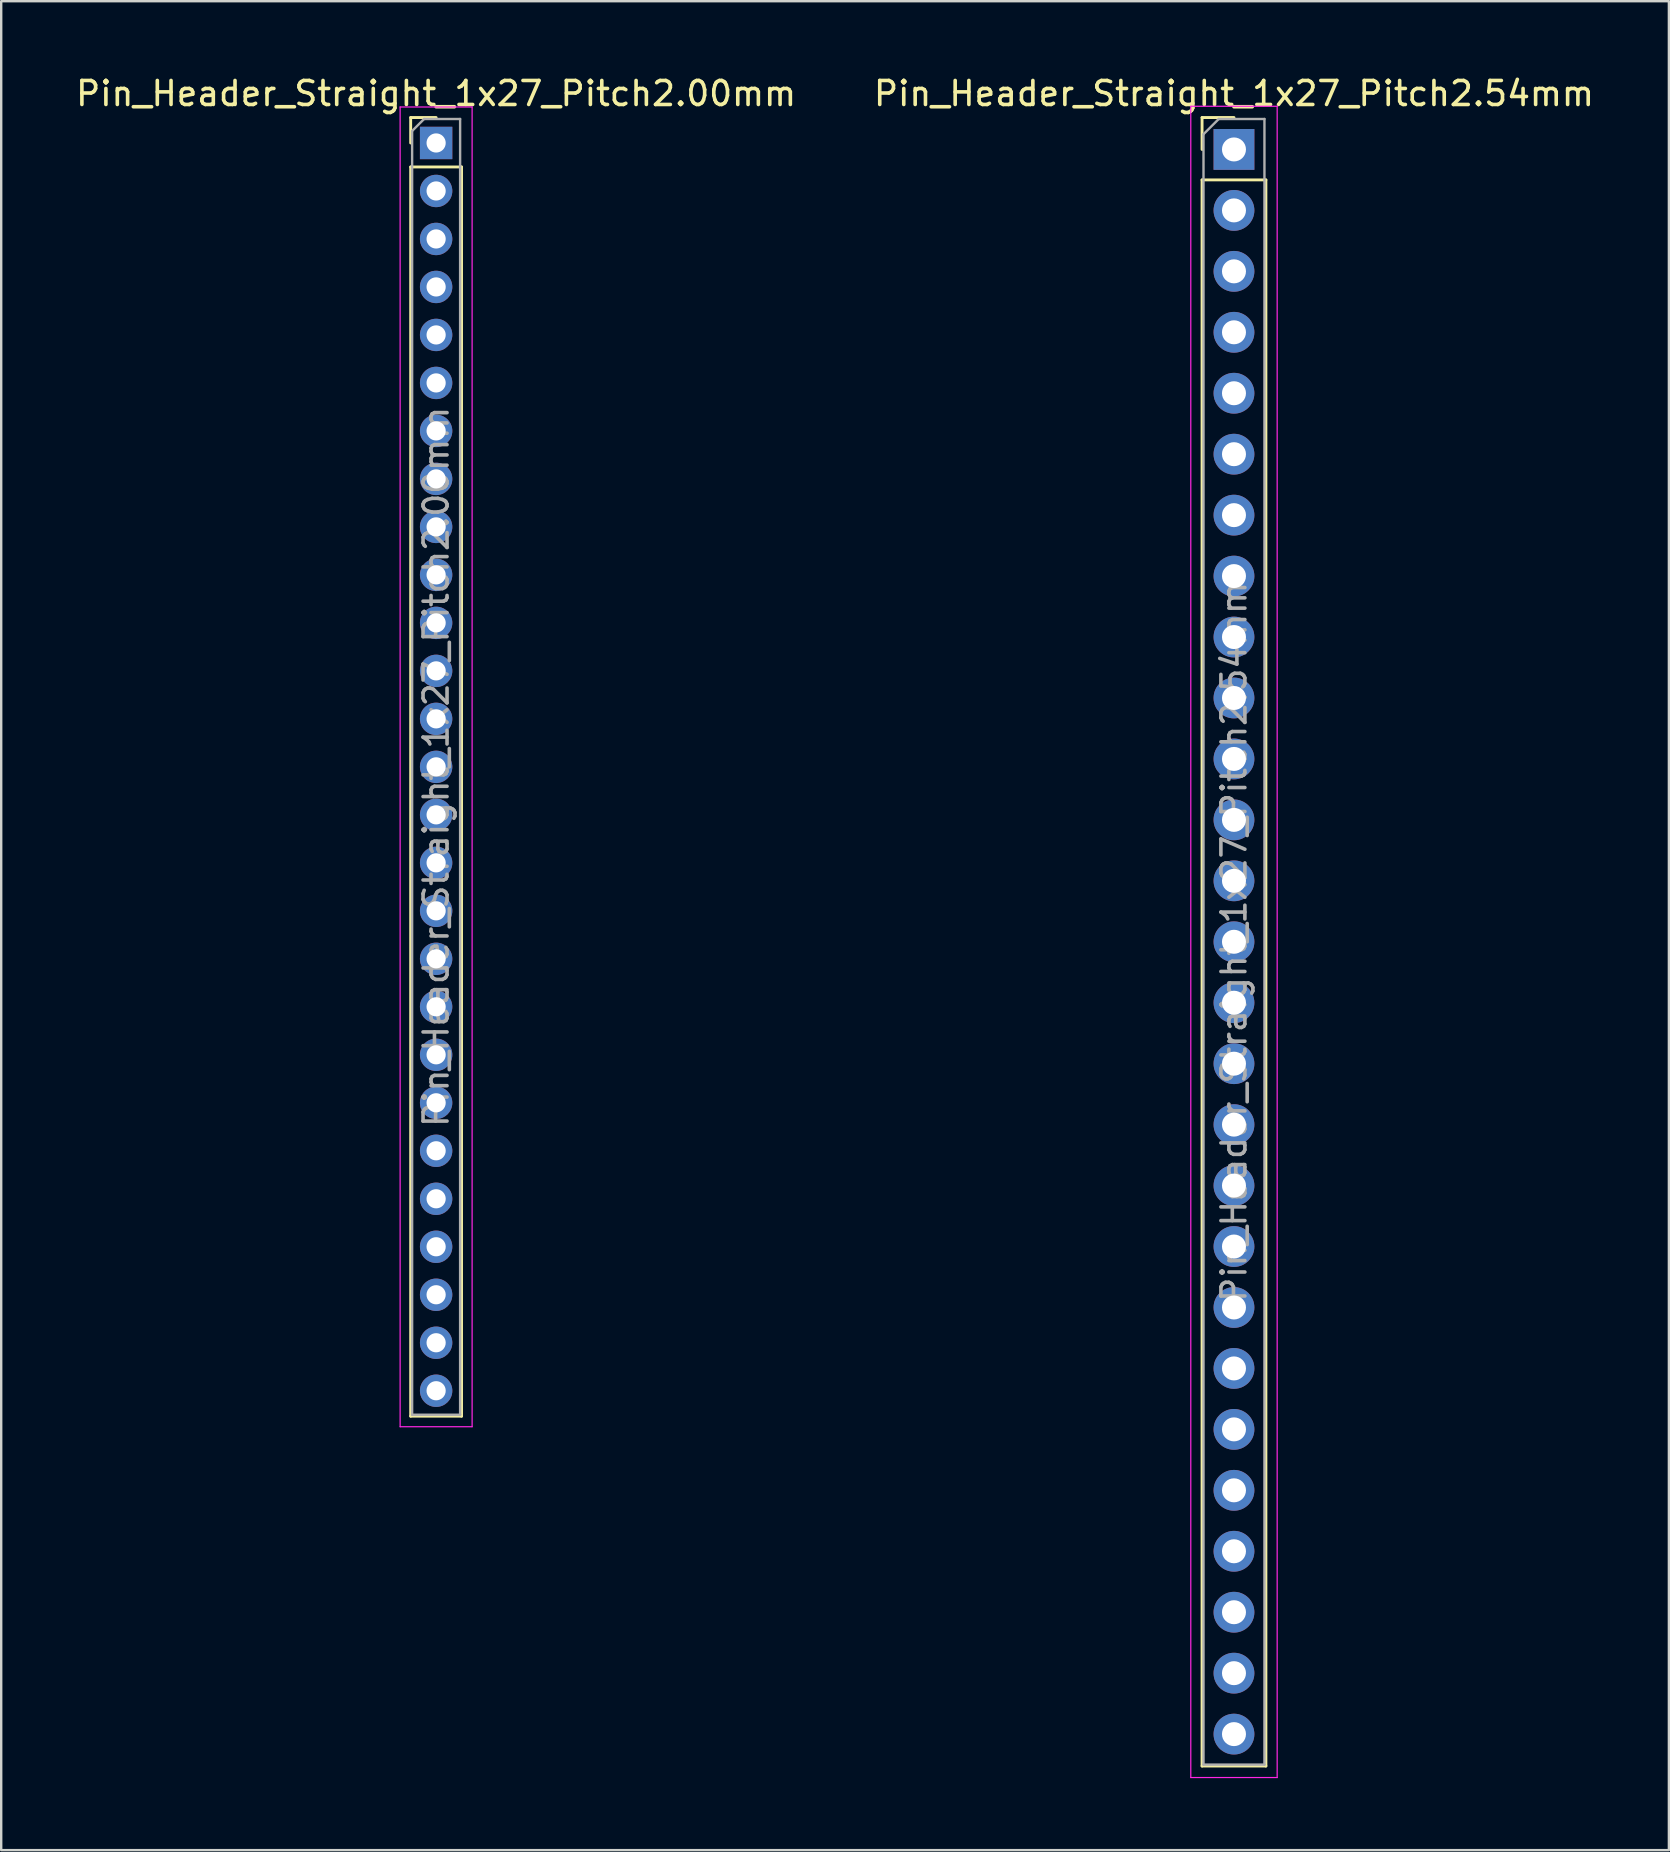
<source format=kicad_pcb>
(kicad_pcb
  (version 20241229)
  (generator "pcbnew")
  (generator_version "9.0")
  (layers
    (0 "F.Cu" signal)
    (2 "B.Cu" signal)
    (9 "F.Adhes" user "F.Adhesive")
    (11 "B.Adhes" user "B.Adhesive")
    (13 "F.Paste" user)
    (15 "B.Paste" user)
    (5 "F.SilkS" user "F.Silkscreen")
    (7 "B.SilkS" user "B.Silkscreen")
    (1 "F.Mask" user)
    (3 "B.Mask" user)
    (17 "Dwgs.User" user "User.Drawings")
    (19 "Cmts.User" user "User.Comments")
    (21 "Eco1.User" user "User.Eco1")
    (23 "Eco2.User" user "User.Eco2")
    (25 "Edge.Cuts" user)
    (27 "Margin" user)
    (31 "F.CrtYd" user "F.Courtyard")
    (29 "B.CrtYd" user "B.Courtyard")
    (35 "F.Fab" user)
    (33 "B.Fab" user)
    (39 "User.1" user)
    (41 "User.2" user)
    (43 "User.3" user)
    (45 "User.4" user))
  (footprint "Pin_Header_Straight_1x27_Pitch2.54mm"
    (layer "F.Cu")
    (at 48.375 3.178)
    (property "Reference" "Pin_Header_Straight_1x27_Pitch2.54mm" (at 0 -2.33 0) (layer "F.SilkS") (effects (font (size 1 1) (thickness 0.15))))
    (attr through_hole)
    (fp_line (start -1.33 -1.33) (end 0 -1.33) (stroke (width 0.12) (type solid)) (layer "F.SilkS"))
    (fp_line (start -1.33 0) (end -1.33 -1.33) (stroke (width 0.12) (type solid)) (layer "F.SilkS"))
    (fp_line (start -1.33 1.27) (end -1.33 67.37) (stroke (width 0.12) (type solid)) (layer "F.SilkS"))
    (fp_line (start -1.33 1.27) (end 1.33 1.27) (stroke (width 0.12) (type solid)) (layer "F.SilkS"))
    (fp_line (start -1.33 67.37) (end 1.33 67.37) (stroke (width 0.12) (type solid)) (layer "F.SilkS"))
    (fp_line (start 1.33 1.27) (end 1.33 67.37) (stroke (width 0.12) (type solid)) (layer "F.SilkS"))
    (fp_line (start -1.8 -1.8) (end -1.8 67.85) (stroke (width 0.05) (type solid)) (layer "F.CrtYd"))
    (fp_line (start -1.8 67.85) (end 1.8 67.85) (stroke (width 0.05) (type solid)) (layer "F.CrtYd"))
    (fp_line (start 1.8 -1.8) (end -1.8 -1.8) (stroke (width 0.05) (type solid)) (layer "F.CrtYd"))
    (fp_line (start 1.8 67.85) (end 1.8 -1.8) (stroke (width 0.05) (type solid)) (layer "F.CrtYd"))
    (fp_line (start -1.27 -0.635) (end -0.635 -1.27) (stroke (width 0.1) (type solid)) (layer "F.Fab"))
    (fp_line (start -1.27 67.31) (end -1.27 -0.635) (stroke (width 0.1) (type solid)) (layer "F.Fab"))
    (fp_line (start -0.635 -1.27) (end 1.27 -1.27) (stroke (width 0.1) (type solid)) (layer "F.Fab"))
    (fp_line (start 1.27 -1.27) (end 1.27 67.31) (stroke (width 0.1) (type solid)) (layer "F.Fab"))
    (fp_line (start 1.27 67.31) (end -1.27 67.31) (stroke (width 0.1) (type solid)) (layer "F.Fab"))
    (fp_text user "${REFERENCE}" (at 0 33.02 90) (layer "F.Fab") (effects (font (size 1 1) (thickness 0.15))))
    (pad "1" thru_hole rect (at 0 0) (size 1.7 1.7) (drill 1) (layers "*.Cu" "*.Mask"))
    (pad "2" thru_hole oval (at 0 2.54) (size 1.7 1.7) (drill 1) (layers "*.Cu" "*.Mask"))
    (pad "3" thru_hole oval (at 0 5.08) (size 1.7 1.7) (drill 1) (layers "*.Cu" "*.Mask"))
    (pad "4" thru_hole oval (at 0 7.62) (size 1.7 1.7) (drill 1) (layers "*.Cu" "*.Mask"))
    (pad "5" thru_hole oval (at 0 10.16) (size 1.7 1.7) (drill 1) (layers "*.Cu" "*.Mask"))
    (pad "6" thru_hole oval (at 0 12.7) (size 1.7 1.7) (drill 1) (layers "*.Cu" "*.Mask"))
    (pad "7" thru_hole oval (at 0 15.24) (size 1.7 1.7) (drill 1) (layers "*.Cu" "*.Mask"))
    (pad "8" thru_hole oval (at 0 17.78) (size 1.7 1.7) (drill 1) (layers "*.Cu" "*.Mask"))
    (pad "9" thru_hole oval (at 0 20.32) (size 1.7 1.7) (drill 1) (layers "*.Cu" "*.Mask"))
    (pad "10" thru_hole oval (at 0 22.86) (size 1.7 1.7) (drill 1) (layers "*.Cu" "*.Mask"))
    (pad "11" thru_hole oval (at 0 25.4) (size 1.7 1.7) (drill 1) (layers "*.Cu" "*.Mask"))
    (pad "12" thru_hole oval (at 0 27.94) (size 1.7 1.7) (drill 1) (layers "*.Cu" "*.Mask"))
    (pad "13" thru_hole oval (at 0 30.48) (size 1.7 1.7) (drill 1) (layers "*.Cu" "*.Mask"))
    (pad "14" thru_hole oval (at 0 33.02) (size 1.7 1.7) (drill 1) (layers "*.Cu" "*.Mask"))
    (pad "15" thru_hole oval (at 0 35.56) (size 1.7 1.7) (drill 1) (layers "*.Cu" "*.Mask"))
    (pad "16" thru_hole oval (at 0 38.1) (size 1.7 1.7) (drill 1) (layers "*.Cu" "*.Mask"))
    (pad "17" thru_hole oval (at 0 40.64) (size 1.7 1.7) (drill 1) (layers "*.Cu" "*.Mask"))
    (pad "18" thru_hole oval (at 0 43.18) (size 1.7 1.7) (drill 1) (layers "*.Cu" "*.Mask"))
    (pad "19" thru_hole oval (at 0 45.72) (size 1.7 1.7) (drill 1) (layers "*.Cu" "*.Mask"))
    (pad "20" thru_hole oval (at 0 48.26) (size 1.7 1.7) (drill 1) (layers "*.Cu" "*.Mask"))
    (pad "21" thru_hole oval (at 0 50.8) (size 1.7 1.7) (drill 1) (layers "*.Cu" "*.Mask"))
    (pad "22" thru_hole oval (at 0 53.34) (size 1.7 1.7) (drill 1) (layers "*.Cu" "*.Mask"))
    (pad "23" thru_hole oval (at 0 55.88) (size 1.7 1.7) (drill 1) (layers "*.Cu" "*.Mask"))
    (pad "24" thru_hole oval (at 0 58.42) (size 1.7 1.7) (drill 1) (layers "*.Cu" "*.Mask"))
    (pad "25" thru_hole oval (at 0 60.96) (size 1.7 1.7) (drill 1) (layers "*.Cu" "*.Mask"))
    (pad "26" thru_hole oval (at 0 63.5) (size 1.7 1.7) (drill 1) (layers "*.Cu" "*.Mask"))
    (pad "27" thru_hole oval (at 0 66.04) (size 1.7 1.7) (drill 1) (layers "*.Cu" "*.Mask")))
  (footprint "Pin_Header_Straight_1x27_Pitch2.00mm"
    (layer "F.Cu")
    (at 15.125 2.908)
    (property "Reference" "Pin_Header_Straight_1x27_Pitch2.00mm" (at 0 -2.06 0) (layer "F.SilkS") (effects (font (size 1 1) (thickness 0.15))))
    (attr through_hole)
    (fp_line (start -1.06 -1.06) (end 0 -1.06) (stroke (width 0.12) (type solid)) (layer "F.SilkS"))
    (fp_line (start -1.06 0) (end -1.06 -1.06) (stroke (width 0.12) (type solid)) (layer "F.SilkS"))
    (fp_line (start -1.06 1) (end -1.06 53.06) (stroke (width 0.12) (type solid)) (layer "F.SilkS"))
    (fp_line (start -1.06 1) (end 1.06 1) (stroke (width 0.12) (type solid)) (layer "F.SilkS"))
    (fp_line (start -1.06 53.06) (end 1.06 53.06) (stroke (width 0.12) (type solid)) (layer "F.SilkS"))
    (fp_line (start 1.06 1) (end 1.06 53.06) (stroke (width 0.12) (type solid)) (layer "F.SilkS"))
    (fp_line (start -1.5 -1.5) (end -1.5 53.5) (stroke (width 0.05) (type solid)) (layer "F.CrtYd"))
    (fp_line (start -1.5 53.5) (end 1.5 53.5) (stroke (width 0.05) (type solid)) (layer "F.CrtYd"))
    (fp_line (start 1.5 -1.5) (end -1.5 -1.5) (stroke (width 0.05) (type solid)) (layer "F.CrtYd"))
    (fp_line (start 1.5 53.5) (end 1.5 -1.5) (stroke (width 0.05) (type solid)) (layer "F.CrtYd"))
    (fp_line (start -1 -0.5) (end -0.5 -1) (stroke (width 0.1) (type solid)) (layer "F.Fab"))
    (fp_line (start -1 53) (end -1 -0.5) (stroke (width 0.1) (type solid)) (layer "F.Fab"))
    (fp_line (start -0.5 -1) (end 1 -1) (stroke (width 0.1) (type solid)) (layer "F.Fab"))
    (fp_line (start 1 -1) (end 1 53) (stroke (width 0.1) (type solid)) (layer "F.Fab"))
    (fp_line (start 1 53) (end -1 53) (stroke (width 0.1) (type solid)) (layer "F.Fab"))
    (fp_text user "${REFERENCE}" (at 0 26 90) (layer "F.Fab") (effects (font (size 1 1) (thickness 0.15))))
    (pad "1" thru_hole rect (at 0 0) (size 1.35 1.35) (drill 0.8) (layers "*.Cu" "*.Mask"))
    (pad "2" thru_hole oval (at 0 2) (size 1.35 1.35) (drill 0.8) (layers "*.Cu" "*.Mask"))
    (pad "3" thru_hole oval (at 0 4) (size 1.35 1.35) (drill 0.8) (layers "*.Cu" "*.Mask"))
    (pad "4" thru_hole oval (at 0 6) (size 1.35 1.35) (drill 0.8) (layers "*.Cu" "*.Mask"))
    (pad "5" thru_hole oval (at 0 8) (size 1.35 1.35) (drill 0.8) (layers "*.Cu" "*.Mask"))
    (pad "6" thru_hole oval (at 0 10) (size 1.35 1.35) (drill 0.8) (layers "*.Cu" "*.Mask"))
    (pad "7" thru_hole oval (at 0 12) (size 1.35 1.35) (drill 0.8) (layers "*.Cu" "*.Mask"))
    (pad "8" thru_hole oval (at 0 14) (size 1.35 1.35) (drill 0.8) (layers "*.Cu" "*.Mask"))
    (pad "9" thru_hole oval (at 0 16) (size 1.35 1.35) (drill 0.8) (layers "*.Cu" "*.Mask"))
    (pad "10" thru_hole oval (at 0 18) (size 1.35 1.35) (drill 0.8) (layers "*.Cu" "*.Mask"))
    (pad "11" thru_hole oval (at 0 20) (size 1.35 1.35) (drill 0.8) (layers "*.Cu" "*.Mask"))
    (pad "12" thru_hole oval (at 0 22) (size 1.35 1.35) (drill 0.8) (layers "*.Cu" "*.Mask"))
    (pad "13" thru_hole oval (at 0 24) (size 1.35 1.35) (drill 0.8) (layers "*.Cu" "*.Mask"))
    (pad "14" thru_hole oval (at 0 26) (size 1.35 1.35) (drill 0.8) (layers "*.Cu" "*.Mask"))
    (pad "15" thru_hole oval (at 0 28) (size 1.35 1.35) (drill 0.8) (layers "*.Cu" "*.Mask"))
    (pad "16" thru_hole oval (at 0 30) (size 1.35 1.35) (drill 0.8) (layers "*.Cu" "*.Mask"))
    (pad "17" thru_hole oval (at 0 32) (size 1.35 1.35) (drill 0.8) (layers "*.Cu" "*.Mask"))
    (pad "18" thru_hole oval (at 0 34) (size 1.35 1.35) (drill 0.8) (layers "*.Cu" "*.Mask"))
    (pad "19" thru_hole oval (at 0 36) (size 1.35 1.35) (drill 0.8) (layers "*.Cu" "*.Mask"))
    (pad "20" thru_hole oval (at 0 38) (size 1.35 1.35) (drill 0.8) (layers "*.Cu" "*.Mask"))
    (pad "21" thru_hole oval (at 0 40) (size 1.35 1.35) (drill 0.8) (layers "*.Cu" "*.Mask"))
    (pad "22" thru_hole oval (at 0 42) (size 1.35 1.35) (drill 0.8) (layers "*.Cu" "*.Mask"))
    (pad "23" thru_hole oval (at 0 44) (size 1.35 1.35) (drill 0.8) (layers "*.Cu" "*.Mask"))
    (pad "24" thru_hole oval (at 0 46) (size 1.35 1.35) (drill 0.8) (layers "*.Cu" "*.Mask"))
    (pad "25" thru_hole oval (at 0 48) (size 1.35 1.35) (drill 0.8) (layers "*.Cu" "*.Mask"))
    (pad "26" thru_hole oval (at 0 50) (size 1.35 1.35) (drill 0.8) (layers "*.Cu" "*.Mask"))
    (pad "27" thru_hole oval (at 0 52) (size 1.35 1.35) (drill 0.8) (layers "*.Cu" "*.Mask")))
  (gr_rect
    (start -3 -3)
    (end 66.5 74.053)
    (stroke (width 0.1) (type default))
    (fill no)
    (layer "Edge.Cuts")))
</source>
